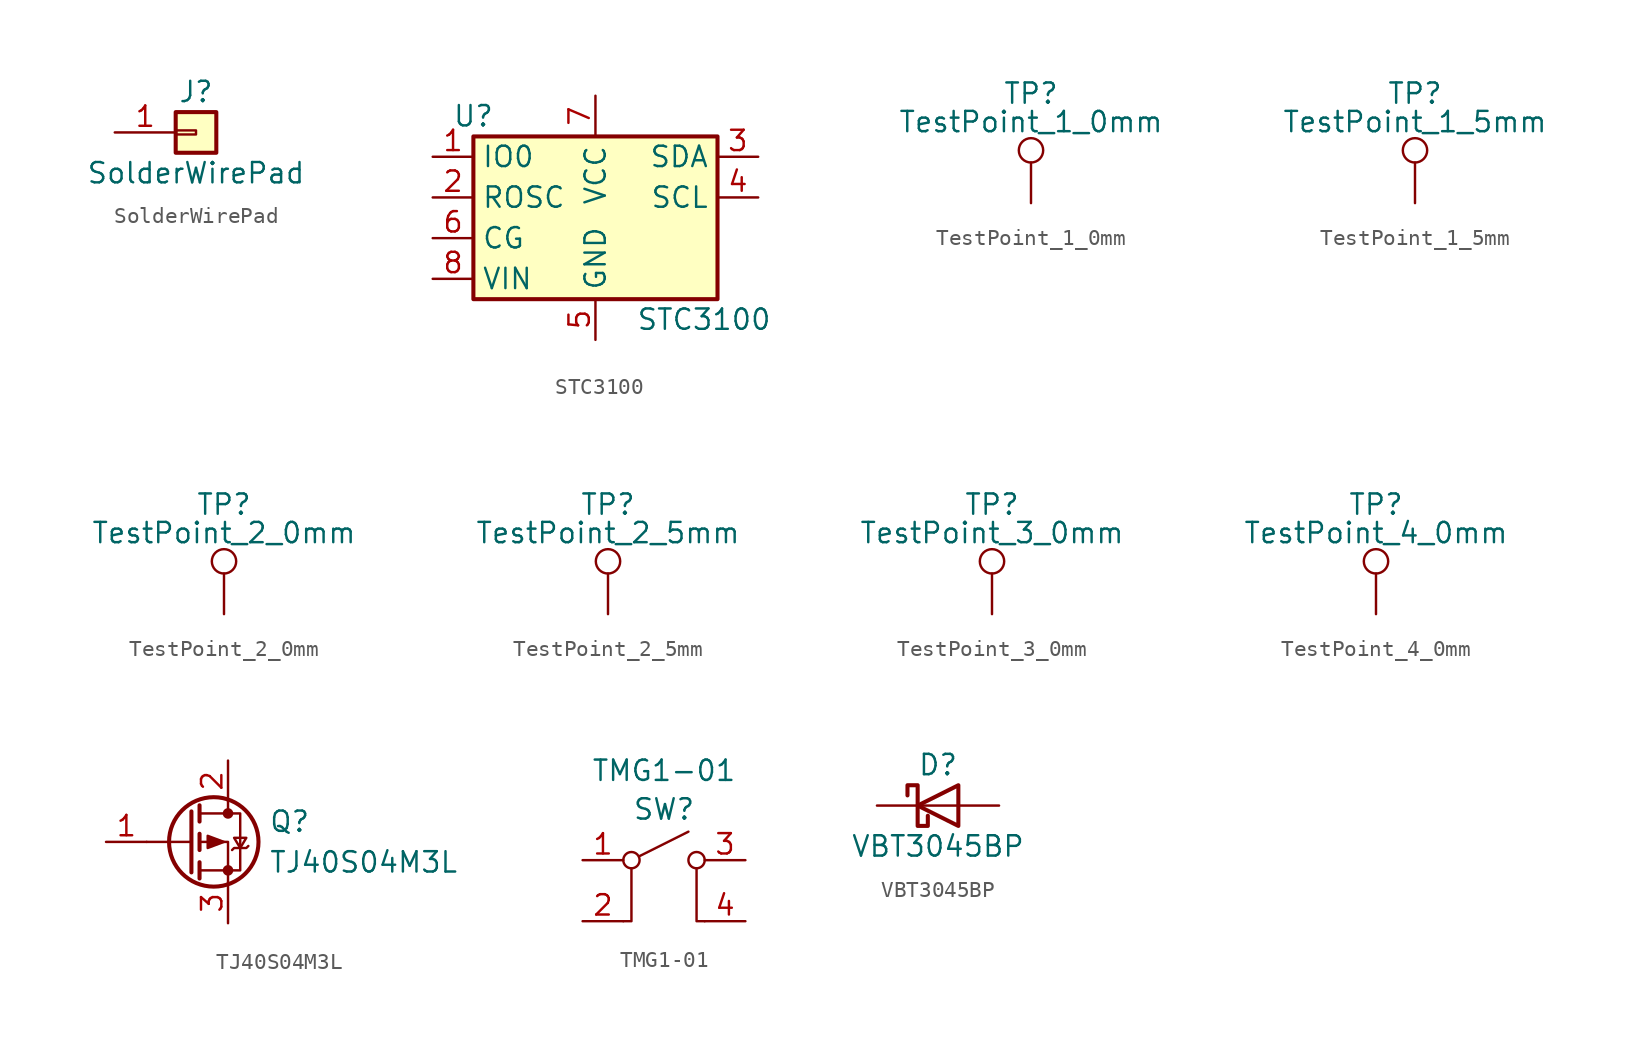
<source format=kicad_sym>
(kicad_symbol_lib
  (version 20220914)
  (generator kicad_symbol_editor)
  (symbol "SolderWirePad"
    (pin_names
      (offset 1.016) hide)
    (property "Reference" "J"
      (at 0 2.54 0)
      (effects (font (size 1.27 1.27))))
    (property "Value" "SolderWirePad"
      (at 0 -2.54 0)
      (effects (font (size 1.27 1.27))))
    (symbol "SolderWirePad_1_1"
      (rectangle (start -1.27 0.127) (end 0 -0.127) (stroke (width 0.152) (type default)) (fill (type none)))
      (rectangle (start -1.27 1.27) (end 1.27 -1.27) (stroke (width 0.254) (type default)) (fill (type background)))
      (pin passive line (at -5.08 0 0) (length 3.81) (name "Pin_1" (effects (font (size 1.27 1.27)))) (number "1" (effects (font (size 1.27 1.27)))))))
  (symbol "STC3100"
    (property "Reference" "U"
      (at -7.62 6.35 0)
      (effects (font (size 1.27 1.27))))
    (property "Value" "STC3100"
      (at 2.54 -6.35 0)
      (effects (font (size 1.27 1.27)) (justify left)))
    (symbol "STC3100_1_1"
      (rectangle (start -7.62 5.08) (end 7.62 -5.08) (stroke (width 0.254) (type default)) (fill (type background)))
      (pin input line (at -10.16 3.81 0) (length 2.54) (name "IO0" (effects (font (size 1.27 1.27)))) (number "1" (effects (font (size 1.27 1.27)))))
      (pin input line (at -10.16 1.27 0) (length 2.54) (name "ROSC" (effects (font (size 1.27 1.27)))) (number "2" (effects (font (size 1.27 1.27)))))
      (pin bidirectional line (at 10.16 3.81 180) (length 2.54) (name "SDA" (effects (font (size 1.27 1.27)))) (number "3" (effects (font (size 1.27 1.27)))))
      (pin input line (at 10.16 1.27 180) (length 2.54) (name "SCL" (effects (font (size 1.27 1.27)))) (number "4" (effects (font (size 1.27 1.27)))))
      (pin power_in line (at 0 -7.62 90) (length 2.54) (name "GND" (effects (font (size 1.27 1.27)))) (number "5" (effects (font (size 1.27 1.27)))))
      (pin input line (at -10.16 -1.27 0) (length 2.54) (name "CG" (effects (font (size 1.27 1.27)))) (number "6" (effects (font (size 1.27 1.27)))))
      (pin power_in line (at 0 7.62 270) (length 2.54) (name "VCC" (effects (font (size 1.27 1.27)))) (number "7" (effects (font (size 1.27 1.27)))))
      (pin input line (at -10.16 -3.81 0) (length 2.54) (name "VIN" (effects (font (size 1.27 1.27)))) (number "8" (effects (font (size 1.27 1.27)))))))
  (symbol "TestPoint_1_0mm"
    (pin_numbers hide)
    (pin_names
      (offset 0.762) hide)
    (property "Reference" "TP"
      (at 0 6.858 0)
      (effects (font (size 1.27 1.27))))
    (property "Value" "TestPoint_1_0mm"
      (at 0 5.08 0)
      (effects (font (size 1.27 1.27))))
    (symbol "TestPoint_1_0mm_0_1"
      (circle (center 0 3.302) (radius 0.762) (stroke (width 0) (type default)) (fill (type none))))
    (symbol "TestPoint_1_0mm_1_1"
      (pin passive line (at 0 0 90) (length 2.54) (name "1" (effects (font (size 1.27 1.27)))) (number "1" (effects (font (size 1.27 1.27)))))))
  (symbol "TestPoint_1_5mm"
    (pin_numbers hide)
    (pin_names
      (offset 0.762) hide)
    (property "Reference" "TP"
      (at 0 6.858 0)
      (effects (font (size 1.27 1.27))))
    (property "Value" "TestPoint_1_5mm"
      (at 0 5.08 0)
      (effects (font (size 1.27 1.27))))
    (symbol "TestPoint_1_5mm_0_1"
      (circle (center 0 3.302) (radius 0.762) (stroke (width 0) (type default)) (fill (type none))))
    (symbol "TestPoint_1_5mm_1_1"
      (pin passive line (at 0 0 90) (length 2.54) (name "1" (effects (font (size 1.27 1.27)))) (number "1" (effects (font (size 1.27 1.27)))))))
  (symbol "TestPoint_2_0mm"
    (pin_numbers hide)
    (pin_names
      (offset 0.762) hide)
    (property "Reference" "TP"
      (at 0 6.858 0)
      (effects (font (size 1.27 1.27))))
    (property "Value" "TestPoint_2_0mm"
      (at 0 5.08 0)
      (effects (font (size 1.27 1.27))))
    (symbol "TestPoint_2_0mm_0_1"
      (circle (center 0 3.302) (radius 0.762) (stroke (width 0) (type default)) (fill (type none))))
    (symbol "TestPoint_2_0mm_1_1"
      (pin passive line (at 0 0 90) (length 2.54) (name "1" (effects (font (size 1.27 1.27)))) (number "1" (effects (font (size 1.27 1.27)))))))
  (symbol "TestPoint_2_5mm"
    (pin_numbers hide)
    (pin_names
      (offset 0.762) hide)
    (property "Reference" "TP"
      (at 0 6.858 0)
      (effects (font (size 1.27 1.27))))
    (property "Value" "TestPoint_2_5mm"
      (at 0 5.08 0)
      (effects (font (size 1.27 1.27))))
    (symbol "TestPoint_2_5mm_0_1"
      (circle (center 0 3.302) (radius 0.762) (stroke (width 0) (type default)) (fill (type none))))
    (symbol "TestPoint_2_5mm_1_1"
      (pin passive line (at 0 0 90) (length 2.54) (name "1" (effects (font (size 1.27 1.27)))) (number "1" (effects (font (size 1.27 1.27)))))))
  (symbol "TestPoint_3_0mm"
    (pin_numbers hide)
    (pin_names
      (offset 0.762) hide)
    (property "Reference" "TP"
      (at 0 6.858 0)
      (effects (font (size 1.27 1.27))))
    (property "Value" "TestPoint_3_0mm"
      (at 0 5.08 0)
      (effects (font (size 1.27 1.27))))
    (symbol "TestPoint_3_0mm_0_1"
      (circle (center 0 3.302) (radius 0.762) (stroke (width 0) (type default)) (fill (type none))))
    (symbol "TestPoint_3_0mm_1_1"
      (pin passive line (at 0 0 90) (length 2.54) (name "1" (effects (font (size 1.27 1.27)))) (number "1" (effects (font (size 1.27 1.27)))))))
  (symbol "TestPoint_4_0mm"
    (pin_numbers hide)
    (pin_names
      (offset 0.762) hide)
    (property "Reference" "TP"
      (at 0 6.858 0)
      (effects (font (size 1.27 1.27))))
    (property "Value" "TestPoint_4_0mm"
      (at 0 5.08 0)
      (effects (font (size 1.27 1.27))))
    (symbol "TestPoint_4_0mm_0_1"
      (circle (center 0 3.302) (radius 0.762) (stroke (width 0) (type default)) (fill (type none))))
    (symbol "TestPoint_4_0mm_1_1"
      (pin passive line (at 0 0 90) (length 2.54) (name "1" (effects (font (size 1.27 1.27)))) (number "1" (effects (font (size 1.27 1.27)))))))
  (symbol "TJ40S04M3L"
    (pin_names
      (offset 0) hide)
    (property "Reference" "Q"
      (at 5.08 1.27 0)
      (effects (font (size 1.27 1.27)) (justify left)))
    (property "Value" "TJ40S04M3L"
      (at 5.08 -1.27 0)
      (effects (font (size 1.27 1.27)) (justify left)))
    (symbol "TJ40S04M3L_0_1"
      (polyline (pts (xy 0.254 0) (xy -2.54 0)) (stroke (width 0) (type default)) (fill (type none)))
      (polyline (pts (xy 0.254 1.905) (xy 0.254 -1.905)) (stroke (width 0.254) (type default)) (fill (type none)))
      (polyline (pts (xy 0.762 -1.27) (xy 0.762 -2.286)) (stroke (width 0.254) (type default)) (fill (type none)))
      (polyline (pts (xy 0.762 0.508) (xy 0.762 -0.508)) (stroke (width 0.254) (type default)) (fill (type none)))
      (polyline (pts (xy 0.762 2.286) (xy 0.762 1.27)) (stroke (width 0.254) (type default)) (fill (type none)))
      (polyline (pts (xy 2.54 2.54) (xy 2.54 1.778)) (stroke (width 0) (type default)) (fill (type none)))
      (polyline (pts (xy 2.54 -2.54) (xy 2.54 0) (xy 0.762 0)) (stroke (width 0) (type default)) (fill (type none)))
      (polyline (pts (xy 0.762 1.778) (xy 3.302 1.778) (xy 3.302 -1.778) (xy 0.762 -1.778)) (stroke (width 0) (type default)) (fill (type none)))
      (polyline (pts (xy 2.286 0) (xy 1.27 0.381) (xy 1.27 -0.381) (xy 2.286 0)) (stroke (width 0) (type default)) (fill (type outline)))
      (polyline (pts (xy 2.794 -0.508) (xy 2.921 -0.381) (xy 3.683 -0.381) (xy 3.81 -0.254)) (stroke (width 0) (type default)) (fill (type none)))
      (polyline (pts (xy 3.302 -0.381) (xy 2.921 0.254) (xy 3.683 0.254) (xy 3.302 -0.381)) (stroke (width 0) (type default)) (fill (type none)))
      (circle (center 1.651 0) (radius 2.794) (stroke (width 0.254) (type default)) (fill (type none)))
      (circle (center 2.54 -1.778) (radius 0.254) (stroke (width 0) (type default)) (fill (type outline)))
      (circle (center 2.54 1.778) (radius 0.254) (stroke (width 0) (type default)) (fill (type outline))))
    (symbol "TJ40S04M3L_1_1"
      (pin input line (at -5.08 0 0) (length 2.54) (name "G" (effects (font (size 1.27 1.27)))) (number "1" (effects (font (size 1.27 1.27)))))
      (pin passive line (at 2.54 5.08 270) (length 2.54) (name "D" (effects (font (size 1.27 1.27)))) (number "2" (effects (font (size 1.27 1.27)))))
      (pin passive line (at 2.54 -5.08 90) (length 2.54) (name "S" (effects (font (size 1.27 1.27)))) (number "3" (effects (font (size 1.27 1.27)))))))
  (symbol "TMG1-01"
    (pin_names
      (offset 0) hide)
    (property "Reference" "SW"
      (at 0 3.175 0)
      (effects (font (size 1.27 1.27))))
    (property "Value" "TMG1-01"
      (at 0 5.588 0)
      (effects (font (size 1.27 1.27))))
    (symbol "TMG1-01_0_0"
      (circle (center -2.032 0) (radius 0.508) (stroke (width 0) (type default)) (fill (type none)))
      (polyline (pts (xy -1.524 0.254) (xy 1.524 1.778)) (stroke (width 0) (type default)) (fill (type none)))
      (circle (center 2.032 0) (radius 0.508) (stroke (width 0) (type default)) (fill (type none))))
    (symbol "TMG1-01_0_1"
      (polyline (pts (xy -2.54 -3.81) (xy -2.032 -3.81) (xy -2.032 -0.508)) (stroke (width 0) (type default)) (fill (type none)))
      (polyline (pts (xy 2.54 -3.81) (xy 2.032 -3.81) (xy 2.032 -0.508)) (stroke (width 0) (type default)) (fill (type none))))
    (symbol "TMG1-01_1_1"
      (pin passive line (at -5.08 0 0) (length 2.54) (name "A" (effects (font (size 1.27 1.27)))) (number "1" (effects (font (size 1.27 1.27)))))
      (pin passive line (at -5.08 -3.81 0) (length 2.54) (name "A" (effects (font (size 1.27 1.27)))) (number "2" (effects (font (size 1.27 1.27)))))
      (pin passive line (at 5.08 0 180) (length 2.54) (name "B" (effects (font (size 1.27 1.27)))) (number "3" (effects (font (size 1.27 1.27)))))
      (pin passive line (at 5.08 -3.81 180) (length 2.54) (name "B" (effects (font (size 1.27 1.27)))) (number "4" (effects (font (size 1.27 1.27)))))))
  (symbol "VBT3045BP"
    (pin_numbers hide)
    (pin_names
      (offset 1.016) hide)
    (property "Reference" "D"
      (at 0 2.54 0)
      (effects (font (size 1.27 1.27))))
    (property "Value" "VBT3045BP"
      (at 0 -2.54 0)
      (effects (font (size 1.27 1.27))))
    (symbol "VBT3045BP_0_1"
      (polyline (pts (xy 1.27 0) (xy -1.27 0)) (stroke (width 0) (type default)) (fill (type none)))
      (polyline (pts (xy 1.27 1.27) (xy 1.27 -1.27) (xy -1.27 0) (xy 1.27 1.27)) (stroke (width 0.254) (type default)) (fill (type none)))
      (polyline (pts (xy -1.905 0.635) (xy -1.905 1.27) (xy -1.27 1.27) (xy -1.27 -1.27) (xy -0.635 -1.27) (xy -0.635 -0.635)) (stroke (width 0.254) (type default)) (fill (type none))))
    (symbol "VBT3045BP_1_1"
      (pin passive line (at -3.81 0 0) (length 2.54) (name "K" (effects (font (size 1.27 1.27)))) (number "1" (effects (font (size 1.27 1.27)))))
      (pin passive line (at 3.81 0 180) (length 2.54) (name "A" (effects (font (size 1.27 1.27)))) (number "2" (effects (font (size 1.27 1.27))))))))
</source>
